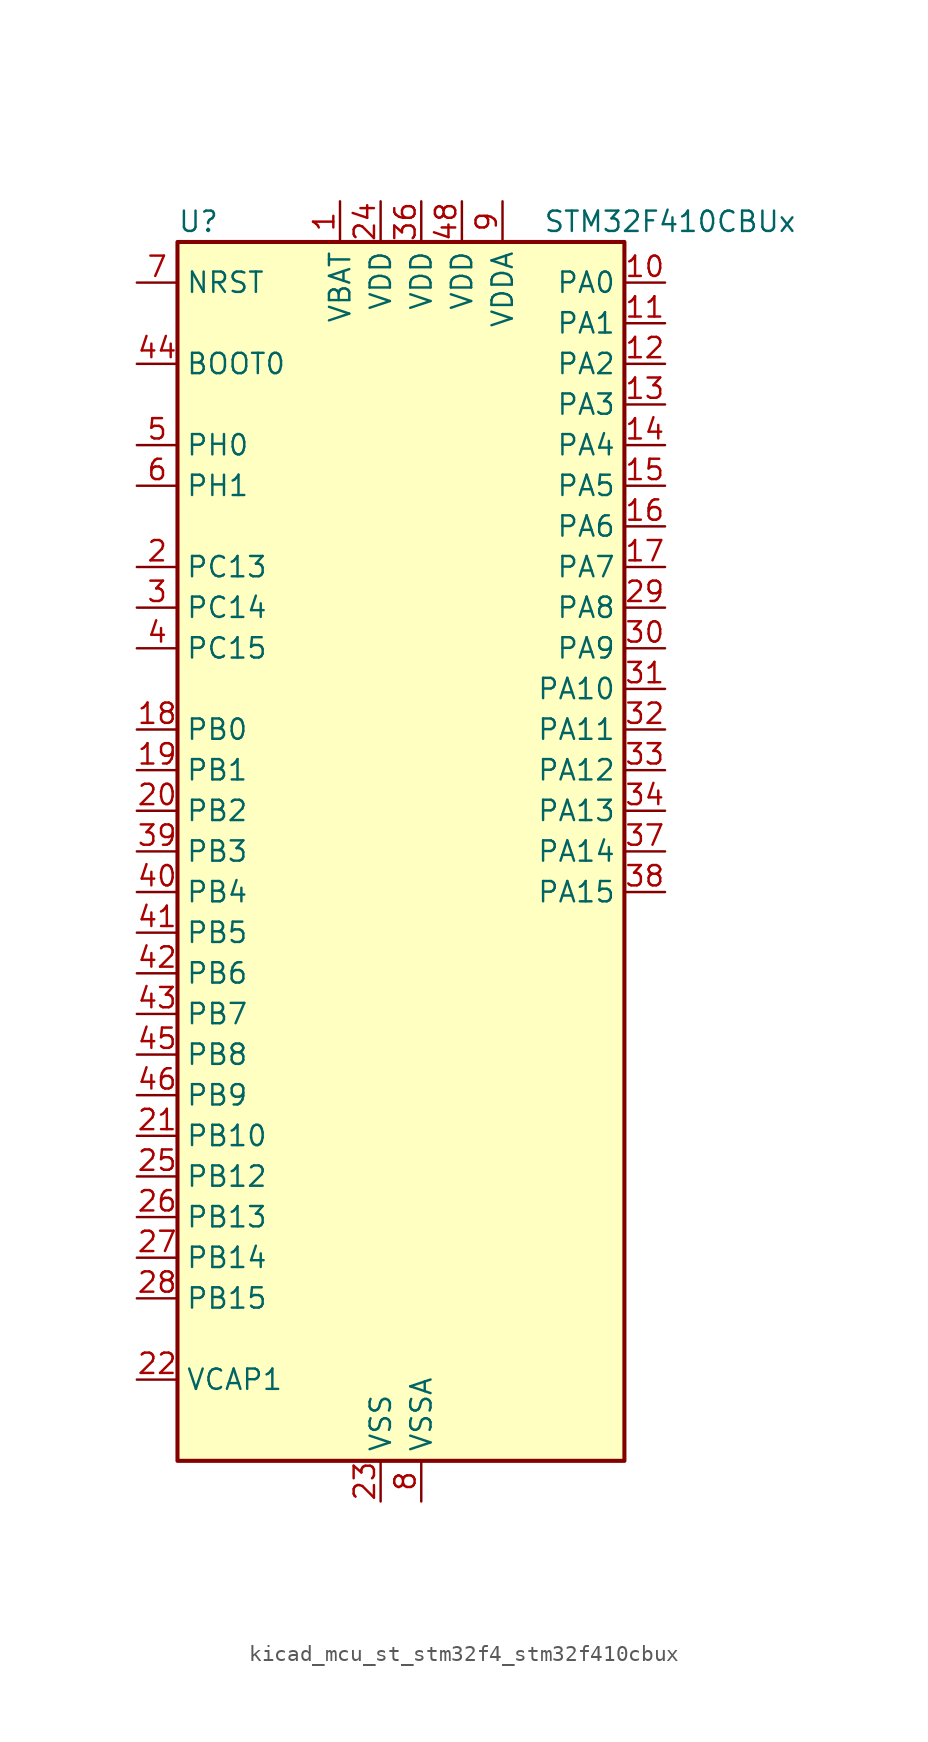
<source format=kicad_sym>
(kicad_symbol_lib
  (version 20220914)
  (generator kicad_symbol_editor)
  (symbol "kicad_mcu_st_stm32f4_stm32f410cbux"
    (property "Reference" "U"
      (at -12.7 39.37 0)
      (effects (font (size 1.27 1.27)) (justify left)))
    (property "Value" "STM32F410CBUx"
      (at 10.16 39.37 0)
      (effects (font (size 1.27 1.27)) (justify left)))
    (property "ki_locked" ""
      (at 0 0 0)
      (effects (font (size 1.27 1.27))))
    (symbol "kicad_mcu_st_stm32f4_stm32f410cbux_0_1"
      (rectangle (start -12.7 -38.1) (end 15.24 38.1) (stroke (width 0.254) (type default)) (fill (type background))))
    (symbol "kicad_mcu_st_stm32f4_stm32f410cbux_1_1"
      (pin power_in line (at -2.54 40.64 270) (length 2.54) (name "VBAT" (effects (font (size 1.27 1.27)))) (number "1" (effects (font (size 1.27 1.27)))))
      (pin bidirectional line (at 17.78 35.56 180) (length 2.54) (name "PA0" (effects (font (size 1.27 1.27)))) (number "10" (effects (font (size 1.27 1.27)))) (alternate "ADC1_IN0" bidirectional line) (alternate "SYS_WKUP1" bidirectional line) (alternate "TIM5_CH1" bidirectional line) (alternate "USART2_CTS" bidirectional line))
      (pin bidirectional line (at 17.78 33.02 180) (length 2.54) (name "PA1" (effects (font (size 1.27 1.27)))) (number "11" (effects (font (size 1.27 1.27)))) (alternate "ADC1_IN1" bidirectional line) (alternate "TIM5_CH2" bidirectional line) (alternate "USART2_RTS" bidirectional line))
      (pin bidirectional line (at 17.78 30.48 180) (length 2.54) (name "PA2" (effects (font (size 1.27 1.27)))) (number "12" (effects (font (size 1.27 1.27)))) (alternate "ADC1_IN2" bidirectional line) (alternate "I2S_CKIN" bidirectional line) (alternate "TIM5_CH3" bidirectional line) (alternate "TIM9_CH1" bidirectional line) (alternate "USART2_TX" bidirectional line))
      (pin bidirectional line (at 17.78 27.94 180) (length 2.54) (name "PA3" (effects (font (size 1.27 1.27)))) (number "13" (effects (font (size 1.27 1.27)))) (alternate "ADC1_IN3" bidirectional line) (alternate "I2S2_MCK" bidirectional line) (alternate "TIM5_CH4" bidirectional line) (alternate "TIM9_CH2" bidirectional line) (alternate "USART2_RX" bidirectional line))
      (pin bidirectional line (at 17.78 25.4 180) (length 2.54) (name "PA4" (effects (font (size 1.27 1.27)))) (number "14" (effects (font (size 1.27 1.27)))) (alternate "ADC1_IN4" bidirectional line) (alternate "I2S1_WS" bidirectional line) (alternate "SPI1_NSS" bidirectional line) (alternate "USART2_CK" bidirectional line))
      (pin bidirectional line (at 17.78 22.86 180) (length 2.54) (name "PA5" (effects (font (size 1.27 1.27)))) (number "15" (effects (font (size 1.27 1.27)))) (alternate "ADC1_IN5" bidirectional line) (alternate "DAC_OUT1" bidirectional line) (alternate "I2S1_CK" bidirectional line) (alternate "SPI1_SCK" bidirectional line))
      (pin bidirectional line (at 17.78 20.32 180) (length 2.54) (name "PA6" (effects (font (size 1.27 1.27)))) (number "16" (effects (font (size 1.27 1.27)))) (alternate "ADC1_IN6" bidirectional line) (alternate "I2S2_MCK" bidirectional line) (alternate "SPI1_MISO" bidirectional line) (alternate "TIM1_BKIN" bidirectional line))
      (pin bidirectional line (at 17.78 17.78 180) (length 2.54) (name "PA7" (effects (font (size 1.27 1.27)))) (number "17" (effects (font (size 1.27 1.27)))) (alternate "ADC1_IN7" bidirectional line) (alternate "I2S1_SD" bidirectional line) (alternate "SPI1_MOSI" bidirectional line) (alternate "TIM1_CH1N" bidirectional line))
      (pin bidirectional line (at -15.24 7.62 0) (length 2.54) (name "PB0" (effects (font (size 1.27 1.27)))) (number "18" (effects (font (size 1.27 1.27)))) (alternate "ADC1_IN8" bidirectional line) (alternate "I2S5_CK" bidirectional line) (alternate "SPI5_SCK" bidirectional line) (alternate "TIM1_CH2N" bidirectional line))
      (pin bidirectional line (at -15.24 5.08 0) (length 2.54) (name "PB1" (effects (font (size 1.27 1.27)))) (number "19" (effects (font (size 1.27 1.27)))) (alternate "ADC1_IN9" bidirectional line) (alternate "I2S5_WS" bidirectional line) (alternate "SPI5_NSS" bidirectional line) (alternate "TIM1_CH3N" bidirectional line))
      (pin bidirectional line (at -15.24 17.78 0) (length 2.54) (name "PC13" (effects (font (size 1.27 1.27)))) (number "2" (effects (font (size 1.27 1.27)))) (alternate "RTC_AF1" bidirectional line))
      (pin bidirectional line (at -15.24 2.54 0) (length 2.54) (name "PB2" (effects (font (size 1.27 1.27)))) (number "20" (effects (font (size 1.27 1.27)))) (alternate "LPTIM1_OUT" bidirectional line))
      (pin bidirectional line (at -15.24 -17.78 0) (length 2.54) (name "PB10" (effects (font (size 1.27 1.27)))) (number "21" (effects (font (size 1.27 1.27)))) (alternate "FMPI2C1_SCL" bidirectional line) (alternate "I2C2_SCL" bidirectional line) (alternate "I2S1_MCK" bidirectional line) (alternate "I2S2_CK" bidirectional line) (alternate "SPI2_SCK" bidirectional line))
      (pin power_out line (at -15.24 -33.02 0) (length 2.54) (name "VCAP1" (effects (font (size 1.27 1.27)))) (number "22" (effects (font (size 1.27 1.27)))))
      (pin power_in line (at 0 -40.64 90) (length 2.54) (name "VSS" (effects (font (size 1.27 1.27)))) (number "23" (effects (font (size 1.27 1.27)))))
      (pin power_in line (at 0 40.64 270) (length 2.54) (name "VDD" (effects (font (size 1.27 1.27)))) (number "24" (effects (font (size 1.27 1.27)))))
      (pin bidirectional line (at -15.24 -20.32 0) (length 2.54) (name "PB12" (effects (font (size 1.27 1.27)))) (number "25" (effects (font (size 1.27 1.27)))) (alternate "I2C2_SMBA" bidirectional line) (alternate "I2S2_WS" bidirectional line) (alternate "SPI2_NSS" bidirectional line) (alternate "TIM1_BKIN" bidirectional line) (alternate "TIM5_CH1" bidirectional line))
      (pin bidirectional line (at -15.24 -22.86 0) (length 2.54) (name "PB13" (effects (font (size 1.27 1.27)))) (number "26" (effects (font (size 1.27 1.27)))) (alternate "FMPI2C1_SMBA" bidirectional line) (alternate "I2S2_CK" bidirectional line) (alternate "SPI2_SCK" bidirectional line) (alternate "TIM1_CH1N" bidirectional line))
      (pin bidirectional line (at -15.24 -25.4 0) (length 2.54) (name "PB14" (effects (font (size 1.27 1.27)))) (number "27" (effects (font (size 1.27 1.27)))) (alternate "FMPI2C1_SDA" bidirectional line) (alternate "SPI2_MISO" bidirectional line) (alternate "TIM1_CH2N" bidirectional line))
      (pin bidirectional line (at -15.24 -27.94 0) (length 2.54) (name "PB15" (effects (font (size 1.27 1.27)))) (number "28" (effects (font (size 1.27 1.27)))) (alternate "ADC1_EXTI15" bidirectional line) (alternate "FMPI2C1_SCL" bidirectional line) (alternate "I2S2_SD" bidirectional line) (alternate "RTC_REFIN" bidirectional line) (alternate "SPI2_MOSI" bidirectional line) (alternate "TIM1_CH3N" bidirectional line))
      (pin bidirectional line (at 17.78 15.24 180) (length 2.54) (name "PA8" (effects (font (size 1.27 1.27)))) (number "29" (effects (font (size 1.27 1.27)))) (alternate "FMPI2C1_SCL" bidirectional line) (alternate "RCC_MCO_1" bidirectional line) (alternate "TIM1_CH1" bidirectional line) (alternate "USART1_CK" bidirectional line))
      (pin bidirectional line (at -15.24 15.24 0) (length 2.54) (name "PC14" (effects (font (size 1.27 1.27)))) (number "3" (effects (font (size 1.27 1.27)))) (alternate "RCC_OSC32_IN" bidirectional line))
      (pin bidirectional line (at 17.78 12.7 180) (length 2.54) (name "PA9" (effects (font (size 1.27 1.27)))) (number "30" (effects (font (size 1.27 1.27)))) (alternate "DAC_EXTI9" bidirectional line) (alternate "TIM1_CH2" bidirectional line) (alternate "USART1_TX" bidirectional line))
      (pin bidirectional line (at 17.78 10.16 180) (length 2.54) (name "PA10" (effects (font (size 1.27 1.27)))) (number "31" (effects (font (size 1.27 1.27)))) (alternate "I2S5_SD" bidirectional line) (alternate "SPI5_MOSI" bidirectional line) (alternate "TIM1_CH3" bidirectional line) (alternate "USART1_RX" bidirectional line))
      (pin bidirectional line (at 17.78 7.62 180) (length 2.54) (name "PA11" (effects (font (size 1.27 1.27)))) (number "32" (effects (font (size 1.27 1.27)))) (alternate "ADC1_EXTI11" bidirectional line) (alternate "TIM1_CH4" bidirectional line) (alternate "USART1_CTS" bidirectional line) (alternate "USART6_TX" bidirectional line))
      (pin bidirectional line (at 17.78 5.08 180) (length 2.54) (name "PA12" (effects (font (size 1.27 1.27)))) (number "33" (effects (font (size 1.27 1.27)))) (alternate "SPI5_MISO" bidirectional line) (alternate "TIM1_ETR" bidirectional line) (alternate "USART1_RTS" bidirectional line) (alternate "USART6_RX" bidirectional line))
      (pin bidirectional line (at 17.78 2.54 180) (length 2.54) (name "PA13" (effects (font (size 1.27 1.27)))) (number "34" (effects (font (size 1.27 1.27)))) (alternate "SYS_JTMS-SWDIO" bidirectional line))
      (pin passive line (at 0 -40.64 90) (length 2.54) hide (name "VSS" (effects (font (size 1.27 1.27)))) (number "35" (effects (font (size 1.27 1.27)))))
      (pin power_in line (at 2.54 40.64 270) (length 2.54) (name "VDD" (effects (font (size 1.27 1.27)))) (number "36" (effects (font (size 1.27 1.27)))))
      (pin bidirectional line (at 17.78 0 180) (length 2.54) (name "PA14" (effects (font (size 1.27 1.27)))) (number "37" (effects (font (size 1.27 1.27)))) (alternate "SYS_JTCK-SWCLK" bidirectional line))
      (pin bidirectional line (at 17.78 -2.54 180) (length 2.54) (name "PA15" (effects (font (size 1.27 1.27)))) (number "38" (effects (font (size 1.27 1.27)))) (alternate "ADC1_EXTI15" bidirectional line) (alternate "I2S1_WS" bidirectional line) (alternate "SPI1_NSS" bidirectional line) (alternate "SYS_JTDI" bidirectional line) (alternate "USART1_TX" bidirectional line))
      (pin bidirectional line (at -15.24 0 0) (length 2.54) (name "PB3" (effects (font (size 1.27 1.27)))) (number "39" (effects (font (size 1.27 1.27)))) (alternate "FMPI2C1_SDA" bidirectional line) (alternate "I2C2_SDA" bidirectional line) (alternate "I2S1_CK" bidirectional line) (alternate "SPI1_SCK" bidirectional line) (alternate "SYS_JTDO-SWO" bidirectional line) (alternate "USART1_RX" bidirectional line))
      (pin bidirectional line (at -15.24 12.7 0) (length 2.54) (name "PC15" (effects (font (size 1.27 1.27)))) (number "4" (effects (font (size 1.27 1.27)))) (alternate "ADC1_EXTI15" bidirectional line) (alternate "RCC_OSC32_OUT" bidirectional line))
      (pin bidirectional line (at -15.24 -2.54 0) (length 2.54) (name "PB4" (effects (font (size 1.27 1.27)))) (number "40" (effects (font (size 1.27 1.27)))) (alternate "SPI1_MISO" bidirectional line) (alternate "SYS_JTRST" bidirectional line))
      (pin bidirectional line (at -15.24 -5.08 0) (length 2.54) (name "PB5" (effects (font (size 1.27 1.27)))) (number "41" (effects (font (size 1.27 1.27)))) (alternate "I2C1_SMBA" bidirectional line) (alternate "I2S1_SD" bidirectional line) (alternate "LPTIM1_IN1" bidirectional line) (alternate "SPI1_MOSI" bidirectional line))
      (pin bidirectional line (at -15.24 -7.62 0) (length 2.54) (name "PB6" (effects (font (size 1.27 1.27)))) (number "42" (effects (font (size 1.27 1.27)))) (alternate "I2C1_SCL" bidirectional line) (alternate "LPTIM1_ETR" bidirectional line) (alternate "USART1_TX" bidirectional line))
      (pin bidirectional line (at -15.24 -10.16 0) (length 2.54) (name "PB7" (effects (font (size 1.27 1.27)))) (number "43" (effects (font (size 1.27 1.27)))) (alternate "I2C1_SDA" bidirectional line) (alternate "LPTIM1_IN2" bidirectional line) (alternate "USART1_RX" bidirectional line))
      (pin input line (at -15.24 30.48 0) (length 2.54) (name "BOOT0" (effects (font (size 1.27 1.27)))) (number "44" (effects (font (size 1.27 1.27)))))
      (pin bidirectional line (at -15.24 -12.7 0) (length 2.54) (name "PB8" (effects (font (size 1.27 1.27)))) (number "45" (effects (font (size 1.27 1.27)))) (alternate "I2C1_SCL" bidirectional line) (alternate "I2S5_SD" bidirectional line) (alternate "LPTIM1_OUT" bidirectional line) (alternate "SPI5_MOSI" bidirectional line))
      (pin bidirectional line (at -15.24 -15.24 0) (length 2.54) (name "PB9" (effects (font (size 1.27 1.27)))) (number "46" (effects (font (size 1.27 1.27)))) (alternate "DAC_EXTI9" bidirectional line) (alternate "I2C1_SDA" bidirectional line) (alternate "I2C2_SDA" bidirectional line) (alternate "I2S2_WS" bidirectional line) (alternate "SPI2_NSS" bidirectional line) (alternate "TIM11_CH1" bidirectional line))
      (pin passive line (at 0 -40.64 90) (length 2.54) hide (name "VSS" (effects (font (size 1.27 1.27)))) (number "47" (effects (font (size 1.27 1.27)))))
      (pin power_in line (at 5.08 40.64 270) (length 2.54) (name "VDD" (effects (font (size 1.27 1.27)))) (number "48" (effects (font (size 1.27 1.27)))))
      (pin passive line (at 0 -40.64 90) (length 2.54) hide (name "VSS" (effects (font (size 1.27 1.27)))) (number "49" (effects (font (size 1.27 1.27)))))
      (pin bidirectional line (at -15.24 25.4 0) (length 2.54) (name "PH0" (effects (font (size 1.27 1.27)))) (number "5" (effects (font (size 1.27 1.27)))) (alternate "RCC_OSC_IN" bidirectional line))
      (pin bidirectional line (at -15.24 22.86 0) (length 2.54) (name "PH1" (effects (font (size 1.27 1.27)))) (number "6" (effects (font (size 1.27 1.27)))) (alternate "RCC_OSC_OUT" bidirectional line))
      (pin input line (at -15.24 35.56 0) (length 2.54) (name "NRST" (effects (font (size 1.27 1.27)))) (number "7" (effects (font (size 1.27 1.27)))))
      (pin power_in line (at 2.54 -40.64 90) (length 2.54) (name "VSSA" (effects (font (size 1.27 1.27)))) (number "8" (effects (font (size 1.27 1.27)))))
      (pin power_in line (at 7.62 40.64 270) (length 2.54) (name "VDDA" (effects (font (size 1.27 1.27)))) (number "9" (effects (font (size 1.27 1.27))))))))
</source>
